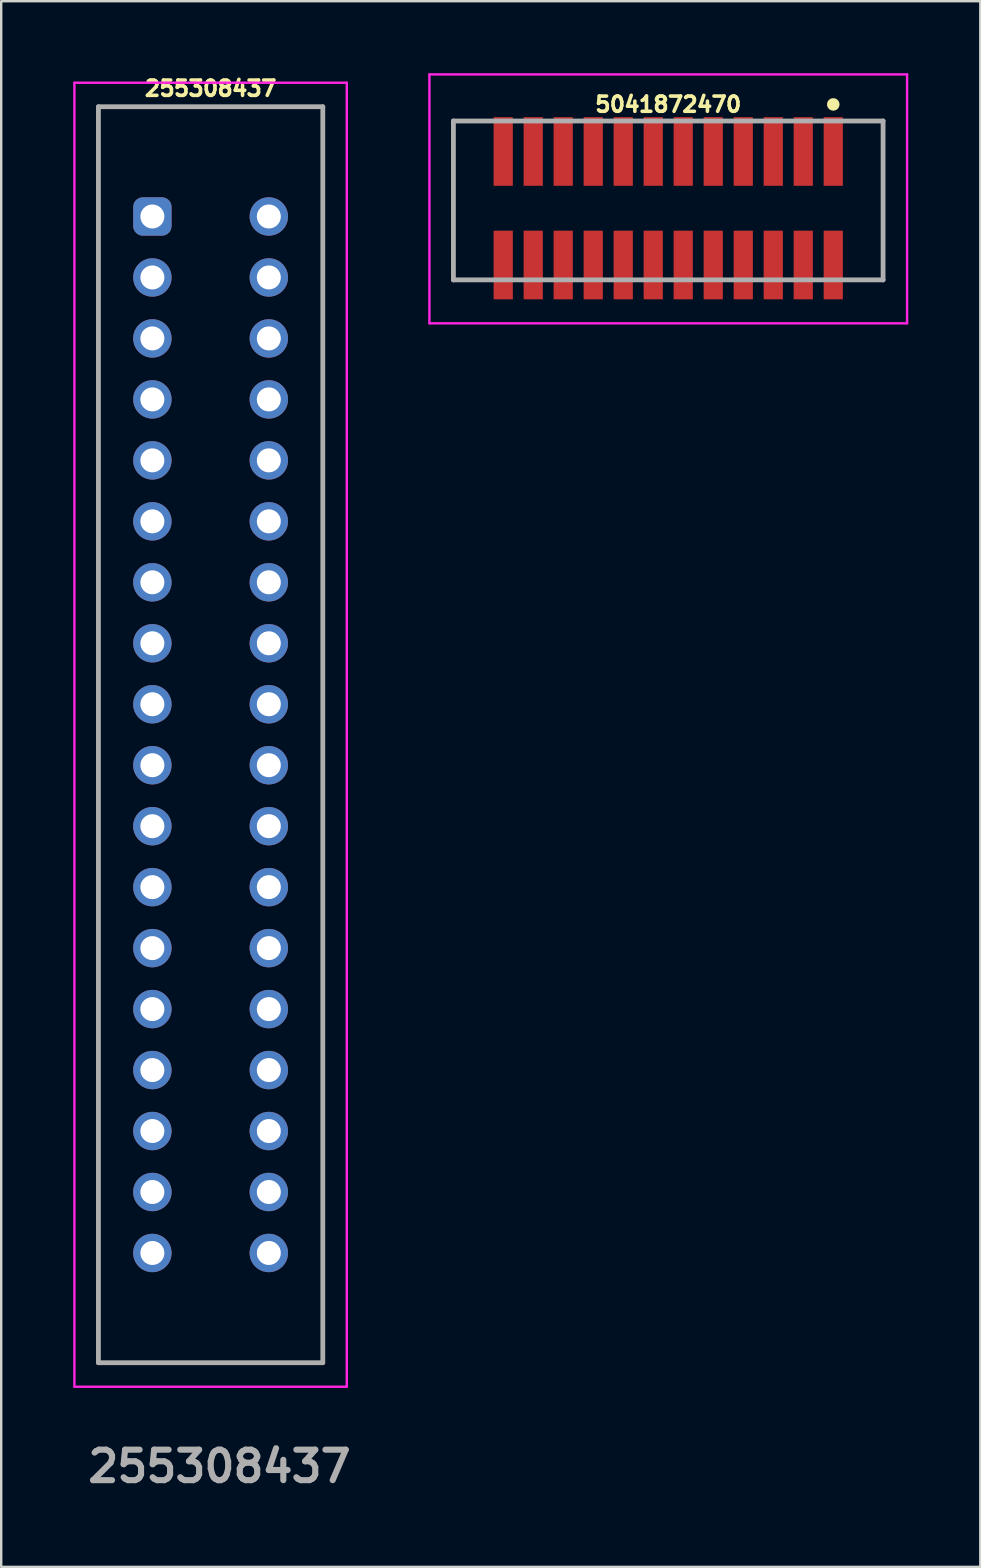
<source format=kicad_pcb>
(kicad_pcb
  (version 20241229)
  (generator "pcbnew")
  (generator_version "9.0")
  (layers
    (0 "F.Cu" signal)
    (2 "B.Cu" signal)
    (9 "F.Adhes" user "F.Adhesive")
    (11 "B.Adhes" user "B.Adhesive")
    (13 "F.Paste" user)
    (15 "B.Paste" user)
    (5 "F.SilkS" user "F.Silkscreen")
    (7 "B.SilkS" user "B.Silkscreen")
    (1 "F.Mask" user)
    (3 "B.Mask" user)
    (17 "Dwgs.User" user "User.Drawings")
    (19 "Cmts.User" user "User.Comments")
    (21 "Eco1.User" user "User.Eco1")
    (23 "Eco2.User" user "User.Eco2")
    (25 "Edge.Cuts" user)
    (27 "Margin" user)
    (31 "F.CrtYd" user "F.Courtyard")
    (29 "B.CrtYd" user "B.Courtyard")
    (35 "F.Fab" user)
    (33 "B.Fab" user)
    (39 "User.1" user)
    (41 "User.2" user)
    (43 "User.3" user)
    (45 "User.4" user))
  (footprint "5041872470"
    (layer "F.Cu")
    (at 24.789 5.3)
    (property "Reference" "5041872470" (at 0 -4 0) (layer "F.SilkS") (effects (font (size 0.635 0.635) (thickness 0.15))))
    (attr smd)
    (fp_line (start -8.95 -3.31) (end -8.95 -3.31) (stroke (width 0.1) (type solid)) (layer "F.SilkS"))
    (fp_line (start -8.95 -3.31) (end -7.8 -3.31) (stroke (width 0.1) (type solid)) (layer "F.SilkS"))
    (fp_line (start -8.95 -1.2) (end -8.95 -3.31) (stroke (width 0.1) (type solid)) (layer "F.SilkS"))
    (fp_line (start -8.95 1.2) (end -8.95 3.31) (stroke (width 0.1) (type solid)) (layer "F.SilkS"))
    (fp_line (start -8.95 3.31) (end -8.95 3.31) (stroke (width 0.1) (type solid)) (layer "F.SilkS"))
    (fp_line (start -8.95 3.31) (end -7.8 3.31) (stroke (width 0.1) (type solid)) (layer "F.SilkS"))
    (fp_line (start 7.8 -3.31) (end 8.95 -3.31) (stroke (width 0.1) (type solid)) (layer "F.SilkS"))
    (fp_line (start 7.8 3.31) (end 8.95 3.31) (stroke (width 0.1) (type solid)) (layer "F.SilkS"))
    (fp_line (start 8.95 -3.31) (end 8.95 -3.31) (stroke (width 0.1) (type solid)) (layer "F.SilkS"))
    (fp_line (start 8.95 -1.2) (end 8.95 -3.31) (stroke (width 0.1) (type solid)) (layer "F.SilkS"))
    (fp_line (start 8.95 1.2) (end 8.95 3.31) (stroke (width 0.1) (type solid)) (layer "F.SilkS"))
    (fp_line (start 8.95 3.31) (end 8.95 3.31) (stroke (width 0.1) (type solid)) (layer "F.SilkS"))
    (fp_circle (center 6.875 -4) (end 7.075 -4) (stroke (width 0.12) (type solid)) (fill yes) (layer "F.SilkS"))
    (fp_line (start -9.95 -5.25) (end 9.95 -5.25) (stroke (width 0.1) (type solid)) (layer "F.CrtYd"))
    (fp_line (start -9.95 5.12) (end -9.95 -5.25) (stroke (width 0.1) (type solid)) (layer "F.CrtYd"))
    (fp_line (start 9.95 -5.25) (end 9.95 5.12) (stroke (width 0.1) (type solid)) (layer "F.CrtYd"))
    (fp_line (start 9.95 5.12) (end -9.95 5.12) (stroke (width 0.1) (type solid)) (layer "F.CrtYd"))
    (fp_line (start -8.95 -3.31) (end 8.95 -3.31) (stroke (width 0.2) (type solid)) (layer "F.Fab"))
    (fp_line (start -8.95 3.31) (end -8.95 -3.31) (stroke (width 0.2) (type solid)) (layer "F.Fab"))
    (fp_line (start 8.95 -3.31) (end 8.95 3.31) (stroke (width 0.2) (type solid)) (layer "F.Fab"))
    (fp_line (start 8.95 3.31) (end -8.95 3.31) (stroke (width 0.2) (type solid)) (layer "F.Fab"))
    (pad "1" smd rect (at 6.875 -2.04) (size 0.8 2.86) (layers "F.Cu" "F.Mask" "F.Paste"))
    (pad "2" smd rect (at 6.875 2.69) (size 0.8 2.86) (layers "F.Cu" "F.Mask" "F.Paste"))
    (pad "3" smd rect (at 5.625 -2.04) (size 0.8 2.86) (layers "F.Cu" "F.Mask" "F.Paste"))
    (pad "4" smd rect (at 5.625 2.69) (size 0.8 2.86) (layers "F.Cu" "F.Mask" "F.Paste"))
    (pad "5" smd rect (at 4.375 -2.04) (size 0.8 2.86) (layers "F.Cu" "F.Mask" "F.Paste"))
    (pad "6" smd rect (at 4.375 2.69) (size 0.8 2.86) (layers "F.Cu" "F.Mask" "F.Paste"))
    (pad "7" smd rect (at 3.125 -2.04) (size 0.8 2.86) (layers "F.Cu" "F.Mask" "F.Paste"))
    (pad "8" smd rect (at 3.125 2.69) (size 0.8 2.86) (layers "F.Cu" "F.Mask" "F.Paste"))
    (pad "9" smd rect (at 1.875 -2.04) (size 0.8 2.86) (layers "F.Cu" "F.Mask" "F.Paste"))
    (pad "10" smd rect (at 1.875 2.69) (size 0.8 2.86) (layers "F.Cu" "F.Mask" "F.Paste"))
    (pad "11" smd rect (at 0.625 -2.04) (size 0.8 2.86) (layers "F.Cu" "F.Mask" "F.Paste"))
    (pad "12" smd rect (at 0.625 2.69) (size 0.8 2.86) (layers "F.Cu" "F.Mask" "F.Paste"))
    (pad "13" smd rect (at -0.625 -2.04) (size 0.8 2.86) (layers "F.Cu" "F.Mask" "F.Paste"))
    (pad "14" smd rect (at -0.625 2.69) (size 0.8 2.86) (layers "F.Cu" "F.Mask" "F.Paste"))
    (pad "15" smd rect (at -1.875 -2.04) (size 0.8 2.86) (layers "F.Cu" "F.Mask" "F.Paste"))
    (pad "16" smd rect (at -1.875 2.69) (size 0.8 2.86) (layers "F.Cu" "F.Mask" "F.Paste"))
    (pad "17" smd rect (at -3.125 -2.04) (size 0.8 2.86) (layers "F.Cu" "F.Mask" "F.Paste"))
    (pad "18" smd rect (at -3.125 2.69) (size 0.8 2.86) (layers "F.Cu" "F.Mask" "F.Paste"))
    (pad "19" smd rect (at -4.375 -2.04) (size 0.8 2.86) (layers "F.Cu" "F.Mask" "F.Paste"))
    (pad "20" smd rect (at -4.375 2.69) (size 0.8 2.86) (layers "F.Cu" "F.Mask" "F.Paste"))
    (pad "21" smd rect (at -5.625 -2.04) (size 0.8 2.86) (layers "F.Cu" "F.Mask" "F.Paste"))
    (pad "22" smd rect (at -5.625 2.69) (size 0.8 2.86) (layers "F.Cu" "F.Mask" "F.Paste"))
    (pad "23" smd rect (at -6.875 -2.04) (size 0.8 2.86) (layers "F.Cu" "F.Mask" "F.Paste"))
    (pad "24" smd rect (at -6.875 2.69) (size 0.8 2.86) (layers "F.Cu" "F.Mask" "F.Paste")))
  (footprint "255308437"
    (layer "F.Cu")
    (at 3.298 5.969)
    (property "Reference" "255308437" (at 2.426 -5.334 0) (layer "F.SilkS") (effects (font (size 0.635 0.635) (thickness 0.15) (bold yes))))
    (attr through_hole)
    (fp_line (start -2.248 -4.572) (end 7.1 -4.572) (stroke (width 0.1) (type solid)) (layer "F.SilkS"))
    (fp_line (start -2.248 47.752) (end -2.248 -4.572) (stroke (width 0.1) (type solid)) (layer "F.SilkS"))
    (fp_line (start 7.1 -4.572) (end 7.1 47.752) (stroke (width 0.1) (type solid)) (layer "F.SilkS"))
    (fp_line (start 7.1 47.752) (end -2.248 47.752) (stroke (width 0.1) (type solid)) (layer "F.SilkS"))
    (fp_line (start -3.248 -5.572) (end 8.1 -5.572) (stroke (width 0.1) (type solid)) (layer "F.CrtYd"))
    (fp_line (start -3.248 48.752) (end -3.248 -5.572) (stroke (width 0.1) (type solid)) (layer "F.CrtYd"))
    (fp_line (start 8.1 -5.572) (end 8.1 48.752) (stroke (width 0.1) (type solid)) (layer "F.CrtYd"))
    (fp_line (start 8.1 48.752) (end -3.248 48.752) (stroke (width 0.1) (type solid)) (layer "F.CrtYd"))
    (fp_line (start -2.248 -4.572) (end 7.1 -4.572) (stroke (width 0.2) (type solid)) (layer "F.Fab"))
    (fp_line (start -2.248 47.752) (end -2.248 -4.572) (stroke (width 0.2) (type solid)) (layer "F.Fab"))
    (fp_line (start 7.1 -4.572) (end 7.1 47.752) (stroke (width 0.2) (type solid)) (layer "F.Fab"))
    (fp_line (start 7.1 47.752) (end -2.248 47.752) (stroke (width 0.2) (type solid)) (layer "F.Fab"))
    (fp_text user "${REFERENCE}" (at 2.794 52.07 0) (layer "F.Fab") (effects (font (size 1.27 1.27) (thickness 0.254))))
    (pad "1" thru_hole roundrect (at 0 0 90) (size 1.6 1.6) (drill 1) (layers "*.Cu" "*.Mask") (roundrect_rratio 0.25))
    (pad "2" thru_hole circle (at 4.851 0 90) (size 1.6 1.6) (drill 1) (layers "*.Cu" "*.Mask"))
    (pad "3" thru_hole circle (at 0 2.54 90) (size 1.6 1.6) (drill 1) (layers "*.Cu" "*.Mask"))
    (pad "4" thru_hole circle (at 4.851 2.54 90) (size 1.6 1.6) (drill 1) (layers "*.Cu" "*.Mask"))
    (pad "5" thru_hole circle (at 0 5.08 90) (size 1.6 1.6) (drill 1) (layers "*.Cu" "*.Mask"))
    (pad "6" thru_hole circle (at 4.851 5.08 90) (size 1.6 1.6) (drill 1) (layers "*.Cu" "*.Mask"))
    (pad "7" thru_hole circle (at 0 7.62 90) (size 1.6 1.6) (drill 1) (layers "*.Cu" "*.Mask"))
    (pad "8" thru_hole circle (at 4.851 7.62 90) (size 1.6 1.6) (drill 1) (layers "*.Cu" "*.Mask"))
    (pad "9" thru_hole circle (at 0 10.16 90) (size 1.6 1.6) (drill 1) (layers "*.Cu" "*.Mask"))
    (pad "10" thru_hole circle (at 4.851 10.16 90) (size 1.6 1.6) (drill 1) (layers "*.Cu" "*.Mask"))
    (pad "11" thru_hole circle (at 0 12.7 90) (size 1.6 1.6) (drill 1) (layers "*.Cu" "*.Mask"))
    (pad "12" thru_hole circle (at 4.851 12.7 90) (size 1.6 1.6) (drill 1) (layers "*.Cu" "*.Mask"))
    (pad "13" thru_hole circle (at 0 15.24 90) (size 1.6 1.6) (drill 1) (layers "*.Cu" "*.Mask"))
    (pad "14" thru_hole circle (at 4.851 15.24 90) (size 1.6 1.6) (drill 1) (layers "*.Cu" "*.Mask"))
    (pad "15" thru_hole circle (at 0 17.78 90) (size 1.6 1.6) (drill 1) (layers "*.Cu" "*.Mask"))
    (pad "16" thru_hole circle (at 4.851 17.78 90) (size 1.6 1.6) (drill 1) (layers "*.Cu" "*.Mask"))
    (pad "17" thru_hole circle (at 0 20.32 90) (size 1.6 1.6) (drill 1) (layers "*.Cu" "*.Mask"))
    (pad "18" thru_hole circle (at 4.851 20.32 90) (size 1.6 1.6) (drill 1) (layers "*.Cu" "*.Mask"))
    (pad "19" thru_hole circle (at 0 22.86 90) (size 1.6 1.6) (drill 1) (layers "*.Cu" "*.Mask"))
    (pad "20" thru_hole circle (at 4.851 22.86 90) (size 1.6 1.6) (drill 1) (layers "*.Cu" "*.Mask"))
    (pad "21" thru_hole circle (at 0 25.4 90) (size 1.6 1.6) (drill 1) (layers "*.Cu" "*.Mask"))
    (pad "22" thru_hole circle (at 4.851 25.4 90) (size 1.6 1.6) (drill 1) (layers "*.Cu" "*.Mask"))
    (pad "23" thru_hole circle (at 0 27.94 90) (size 1.6 1.6) (drill 1) (layers "*.Cu" "*.Mask"))
    (pad "24" thru_hole circle (at 4.851 27.94 90) (size 1.6 1.6) (drill 1) (layers "*.Cu" "*.Mask"))
    (pad "25" thru_hole circle (at 0 30.48 90) (size 1.6 1.6) (drill 1) (layers "*.Cu" "*.Mask"))
    (pad "26" thru_hole circle (at 4.851 30.48 90) (size 1.6 1.6) (drill 1) (layers "*.Cu" "*.Mask"))
    (pad "27" thru_hole circle (at 0 33.02 90) (size 1.6 1.6) (drill 1) (layers "*.Cu" "*.Mask"))
    (pad "28" thru_hole circle (at 4.851 33.02 90) (size 1.6 1.6) (drill 1) (layers "*.Cu" "*.Mask"))
    (pad "29" thru_hole circle (at 0 35.56 90) (size 1.6 1.6) (drill 1) (layers "*.Cu" "*.Mask"))
    (pad "30" thru_hole circle (at 4.851 35.56 90) (size 1.6 1.6) (drill 1) (layers "*.Cu" "*.Mask"))
    (pad "31" thru_hole circle (at 0 38.1 90) (size 1.6 1.6) (drill 1) (layers "*.Cu" "*.Mask"))
    (pad "32" thru_hole circle (at 4.851 38.1 90) (size 1.6 1.6) (drill 1) (layers "*.Cu" "*.Mask"))
    (pad "33" thru_hole circle (at 0 40.64 90) (size 1.6 1.6) (drill 1) (layers "*.Cu" "*.Mask"))
    (pad "34" thru_hole circle (at 4.851 40.64 90) (size 1.6 1.6) (drill 1) (layers "*.Cu" "*.Mask"))
    (pad "35" thru_hole circle (at 0 43.18 90) (size 1.6 1.6) (drill 1) (layers "*.Cu" "*.Mask"))
    (pad "36" thru_hole circle (at 4.851 43.18 90) (size 1.6 1.6) (drill 1) (layers "*.Cu" "*.Mask")))
  (gr_rect
    (start -3 -3)
    (end 37.789 62.227)
    (stroke (width 0.1) (type default))
    (fill no)
    (layer "Edge.Cuts")))
</source>
